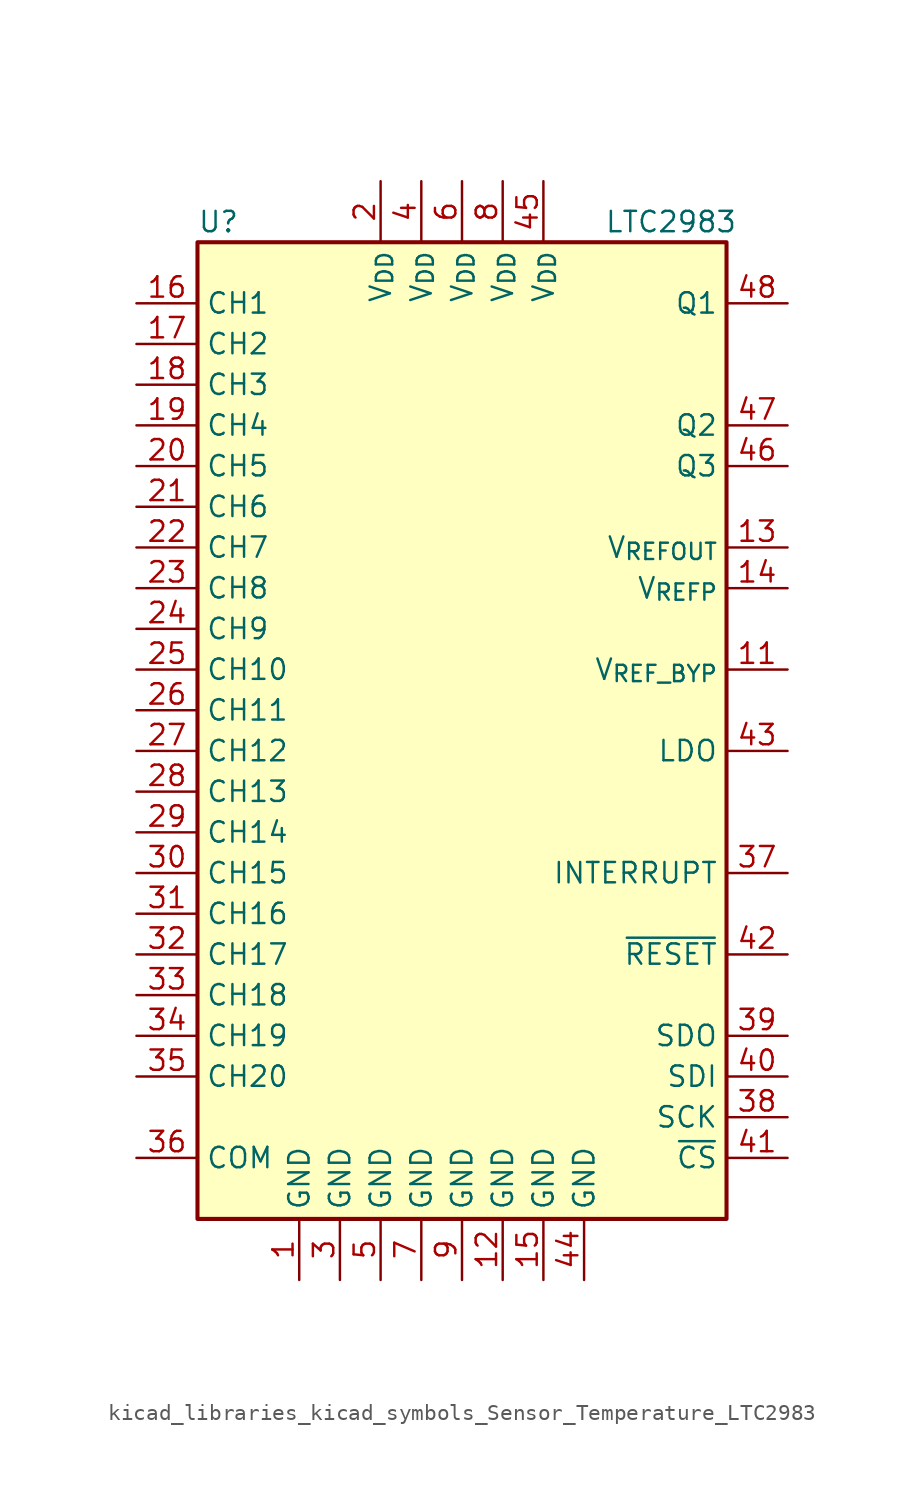
<source format=kicad_sym>
(kicad_symbol_lib
  (version 20220914)
  (generator kicad_symbol_editor)
  (symbol "kicad_libraries_kicad_symbols_Sensor_Temperature_LTC2983"
    (property "Reference" "U"
      (at -16.51 33.02 0)
      (effects (font (size 1.27 1.27)) (justify left)))
    (property "Value" "LTC2983"
      (at 8.89 33.02 0)
      (effects (font (size 1.27 1.27)) (justify left)))
    (symbol "kicad_libraries_kicad_symbols_Sensor_Temperature_LTC2983_0_1"
      (rectangle (start -16.51 31.75) (end 16.51 -29.21) (stroke (width 0.254) (type default)) (fill (type background))))
    (symbol "kicad_libraries_kicad_symbols_Sensor_Temperature_LTC2983_1_1"
      (pin power_in line (at -10.16 -33.02 90) (length 3.81) (name "GND" (effects (font (size 1.27 1.27)))) (number "1" (effects (font (size 1.27 1.27)))))
      (pin no_connect line (at 16.51 22.86 180) (length 3.81) hide (name "NC" (effects (font (size 1.27 1.27)))) (number "10" (effects (font (size 1.27 1.27)))))
      (pin passive line (at 20.32 5.08 180) (length 3.81) (name "V_{REF_BYP}" (effects (font (size 1.27 1.27)))) (number "11" (effects (font (size 1.27 1.27)))))
      (pin power_in line (at 2.54 -33.02 90) (length 3.81) (name "GND" (effects (font (size 1.27 1.27)))) (number "12" (effects (font (size 1.27 1.27)))))
      (pin passive line (at 20.32 12.7 180) (length 3.81) (name "V_{REFOUT}" (effects (font (size 1.27 1.27)))) (number "13" (effects (font (size 1.27 1.27)))))
      (pin passive line (at 20.32 10.16 180) (length 3.81) (name "V_{REFP}" (effects (font (size 1.27 1.27)))) (number "14" (effects (font (size 1.27 1.27)))))
      (pin power_in line (at 5.08 -33.02 90) (length 3.81) (name "GND" (effects (font (size 1.27 1.27)))) (number "15" (effects (font (size 1.27 1.27)))))
      (pin passive line (at -20.32 27.94 0) (length 3.81) (name "CH1" (effects (font (size 1.27 1.27)))) (number "16" (effects (font (size 1.27 1.27)))))
      (pin passive line (at -20.32 25.4 0) (length 3.81) (name "CH2" (effects (font (size 1.27 1.27)))) (number "17" (effects (font (size 1.27 1.27)))))
      (pin passive line (at -20.32 22.86 0) (length 3.81) (name "CH3" (effects (font (size 1.27 1.27)))) (number "18" (effects (font (size 1.27 1.27)))))
      (pin passive line (at -20.32 20.32 0) (length 3.81) (name "CH4" (effects (font (size 1.27 1.27)))) (number "19" (effects (font (size 1.27 1.27)))))
      (pin power_in line (at -5.08 35.56 270) (length 3.81) (name "V_{DD}" (effects (font (size 1.27 1.27)))) (number "2" (effects (font (size 1.27 1.27)))))
      (pin passive line (at -20.32 17.78 0) (length 3.81) (name "CH5" (effects (font (size 1.27 1.27)))) (number "20" (effects (font (size 1.27 1.27)))))
      (pin passive line (at -20.32 15.24 0) (length 3.81) (name "CH6" (effects (font (size 1.27 1.27)))) (number "21" (effects (font (size 1.27 1.27)))))
      (pin passive line (at -20.32 12.7 0) (length 3.81) (name "CH7" (effects (font (size 1.27 1.27)))) (number "22" (effects (font (size 1.27 1.27)))))
      (pin passive line (at -20.32 10.16 0) (length 3.81) (name "CH8" (effects (font (size 1.27 1.27)))) (number "23" (effects (font (size 1.27 1.27)))))
      (pin passive line (at -20.32 7.62 0) (length 3.81) (name "CH9" (effects (font (size 1.27 1.27)))) (number "24" (effects (font (size 1.27 1.27)))))
      (pin passive line (at -20.32 5.08 0) (length 3.81) (name "CH10" (effects (font (size 1.27 1.27)))) (number "25" (effects (font (size 1.27 1.27)))))
      (pin passive line (at -20.32 2.54 0) (length 3.81) (name "CH11" (effects (font (size 1.27 1.27)))) (number "26" (effects (font (size 1.27 1.27)))))
      (pin passive line (at -20.32 0 0) (length 3.81) (name "CH12" (effects (font (size 1.27 1.27)))) (number "27" (effects (font (size 1.27 1.27)))))
      (pin passive line (at -20.32 -2.54 0) (length 3.81) (name "CH13" (effects (font (size 1.27 1.27)))) (number "28" (effects (font (size 1.27 1.27)))))
      (pin passive line (at -20.32 -5.08 0) (length 3.81) (name "CH14" (effects (font (size 1.27 1.27)))) (number "29" (effects (font (size 1.27 1.27)))))
      (pin power_in line (at -7.62 -33.02 90) (length 3.81) (name "GND" (effects (font (size 1.27 1.27)))) (number "3" (effects (font (size 1.27 1.27)))))
      (pin passive line (at -20.32 -7.62 0) (length 3.81) (name "CH15" (effects (font (size 1.27 1.27)))) (number "30" (effects (font (size 1.27 1.27)))))
      (pin passive line (at -20.32 -10.16 0) (length 3.81) (name "CH16" (effects (font (size 1.27 1.27)))) (number "31" (effects (font (size 1.27 1.27)))))
      (pin passive line (at -20.32 -12.7 0) (length 3.81) (name "CH17" (effects (font (size 1.27 1.27)))) (number "32" (effects (font (size 1.27 1.27)))))
      (pin passive line (at -20.32 -15.24 0) (length 3.81) (name "CH18" (effects (font (size 1.27 1.27)))) (number "33" (effects (font (size 1.27 1.27)))))
      (pin passive line (at -20.32 -17.78 0) (length 3.81) (name "CH19" (effects (font (size 1.27 1.27)))) (number "34" (effects (font (size 1.27 1.27)))))
      (pin passive line (at -20.32 -20.32 0) (length 3.81) (name "CH20" (effects (font (size 1.27 1.27)))) (number "35" (effects (font (size 1.27 1.27)))))
      (pin passive line (at -20.32 -25.4 0) (length 3.81) (name "COM" (effects (font (size 1.27 1.27)))) (number "36" (effects (font (size 1.27 1.27)))))
      (pin output line (at 20.32 -7.62 180) (length 3.81) (name "INTERRUPT" (effects (font (size 1.27 1.27)))) (number "37" (effects (font (size 1.27 1.27)))))
      (pin input line (at 20.32 -22.86 180) (length 3.81) (name "SCK" (effects (font (size 1.27 1.27)))) (number "38" (effects (font (size 1.27 1.27)))))
      (pin tri_state line (at 20.32 -17.78 180) (length 3.81) (name "SDO" (effects (font (size 1.27 1.27)))) (number "39" (effects (font (size 1.27 1.27)))))
      (pin power_in line (at -2.54 35.56 270) (length 3.81) (name "V_{DD}" (effects (font (size 1.27 1.27)))) (number "4" (effects (font (size 1.27 1.27)))))
      (pin input line (at 20.32 -20.32 180) (length 3.81) (name "SDI" (effects (font (size 1.27 1.27)))) (number "40" (effects (font (size 1.27 1.27)))))
      (pin input line (at 20.32 -25.4 180) (length 3.81) (name "~{CS}" (effects (font (size 1.27 1.27)))) (number "41" (effects (font (size 1.27 1.27)))))
      (pin input line (at 20.32 -12.7 180) (length 3.81) (name "~{RESET}" (effects (font (size 1.27 1.27)))) (number "42" (effects (font (size 1.27 1.27)))))
      (pin passive line (at 20.32 0 180) (length 3.81) (name "LDO" (effects (font (size 1.27 1.27)))) (number "43" (effects (font (size 1.27 1.27)))))
      (pin power_in line (at 7.62 -33.02 90) (length 3.81) (name "GND" (effects (font (size 1.27 1.27)))) (number "44" (effects (font (size 1.27 1.27)))))
      (pin power_in line (at 5.08 35.56 270) (length 3.81) (name "V_{DD}" (effects (font (size 1.27 1.27)))) (number "45" (effects (font (size 1.27 1.27)))))
      (pin passive line (at 20.32 17.78 180) (length 3.81) (name "Q3" (effects (font (size 1.27 1.27)))) (number "46" (effects (font (size 1.27 1.27)))))
      (pin passive line (at 20.32 20.32 180) (length 3.81) (name "Q2" (effects (font (size 1.27 1.27)))) (number "47" (effects (font (size 1.27 1.27)))))
      (pin passive line (at 20.32 27.94 180) (length 3.81) (name "Q1" (effects (font (size 1.27 1.27)))) (number "48" (effects (font (size 1.27 1.27)))))
      (pin power_in line (at -5.08 -33.02 90) (length 3.81) (name "GND" (effects (font (size 1.27 1.27)))) (number "5" (effects (font (size 1.27 1.27)))))
      (pin power_in line (at 0 35.56 270) (length 3.81) (name "V_{DD}" (effects (font (size 1.27 1.27)))) (number "6" (effects (font (size 1.27 1.27)))))
      (pin power_in line (at -2.54 -33.02 90) (length 3.81) (name "GND" (effects (font (size 1.27 1.27)))) (number "7" (effects (font (size 1.27 1.27)))))
      (pin power_in line (at 2.54 35.56 270) (length 3.81) (name "V_{DD}" (effects (font (size 1.27 1.27)))) (number "8" (effects (font (size 1.27 1.27)))))
      (pin power_in line (at 0 -33.02 90) (length 3.81) (name "GND" (effects (font (size 1.27 1.27)))) (number "9" (effects (font (size 1.27 1.27))))))))
</source>
